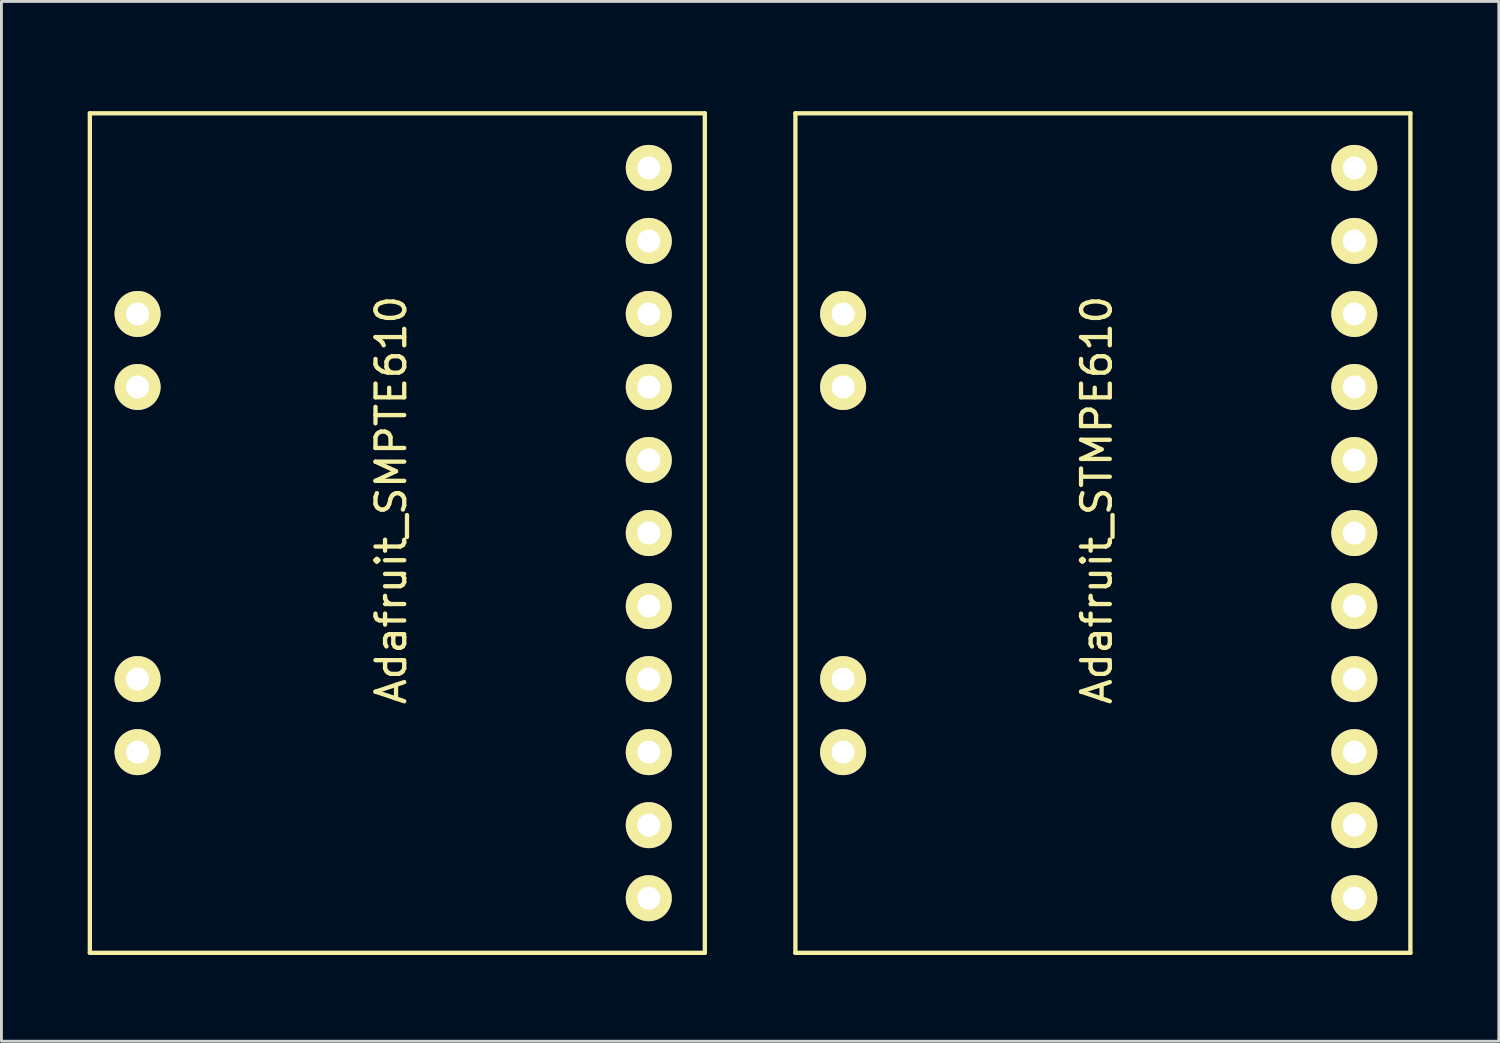
<source format=kicad_pcb>
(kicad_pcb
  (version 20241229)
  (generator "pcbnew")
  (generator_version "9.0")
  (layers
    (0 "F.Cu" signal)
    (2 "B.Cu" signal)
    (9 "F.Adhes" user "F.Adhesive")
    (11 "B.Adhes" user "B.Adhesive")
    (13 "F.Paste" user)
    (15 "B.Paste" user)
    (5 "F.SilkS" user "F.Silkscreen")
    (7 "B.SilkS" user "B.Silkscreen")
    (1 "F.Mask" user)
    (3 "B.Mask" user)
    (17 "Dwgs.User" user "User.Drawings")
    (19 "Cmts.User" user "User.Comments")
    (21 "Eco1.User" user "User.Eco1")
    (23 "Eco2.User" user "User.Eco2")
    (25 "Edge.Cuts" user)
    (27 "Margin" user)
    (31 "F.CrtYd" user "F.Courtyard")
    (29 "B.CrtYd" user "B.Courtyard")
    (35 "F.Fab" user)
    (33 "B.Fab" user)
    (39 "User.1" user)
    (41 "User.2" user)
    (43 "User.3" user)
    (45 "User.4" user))
  (footprint "Adafruit_STMPE610"
    (layer "F.Cu")
    (at 26.275 0.25)
    (property "Reference" "Adafruit_STMPE610" (at 8.82 14.09 90) (layer "F.SilkS") (effects (font (size 1 1) (thickness 0.15))))
    (attr through_hole)
    (fp_line (start -1.66 0.64) (end 19.73 0.64) (stroke (width 0.15) (type solid)) (layer "F.SilkS"))
    (fp_line (start -1.66 29.84) (end -1.66 0.64) (stroke (width 0.15) (type solid)) (layer "F.SilkS"))
    (fp_line (start 19.73 0.64) (end 19.73 29.84) (stroke (width 0.15) (type solid)) (layer "F.SilkS"))
    (fp_line (start 19.73 29.84) (end -1.66 29.84) (stroke (width 0.15) (type solid)) (layer "F.SilkS"))
    (pad "1" thru_hole oval (at 0 7.62) (size 1.6 1.6) (drill 0.8) (layers "*.Cu" "*.Mask" "F.SilkS"))
    (pad "2" thru_hole oval (at 0 10.16) (size 1.6 1.6) (drill 0.8) (layers "*.Cu" "*.Mask" "F.SilkS"))
    (pad "3" thru_hole oval (at 0 20.32) (size 1.6 1.6) (drill 0.8) (layers "*.Cu" "*.Mask" "F.SilkS"))
    (pad "4" thru_hole oval (at 0 22.86) (size 1.6 1.6) (drill 0.8) (layers "*.Cu" "*.Mask" "F.SilkS"))
    (pad "5" thru_hole oval (at 17.78 27.94) (size 1.6 1.6) (drill 0.8) (layers "*.Cu" "*.Mask" "F.SilkS"))
    (pad "6" thru_hole oval (at 17.78 25.4) (size 1.6 1.6) (drill 0.8) (layers "*.Cu" "*.Mask" "F.SilkS"))
    (pad "7" thru_hole oval (at 17.78 22.86) (size 1.6 1.6) (drill 0.8) (layers "*.Cu" "*.Mask" "F.SilkS"))
    (pad "8" thru_hole oval (at 17.78 20.32) (size 1.6 1.6) (drill 0.8) (layers "*.Cu" "*.Mask" "F.SilkS"))
    (pad "9" thru_hole oval (at 17.78 17.78) (size 1.6 1.6) (drill 0.8) (layers "*.Cu" "*.Mask" "F.SilkS"))
    (pad "10" thru_hole oval (at 17.78 15.24) (size 1.6 1.6) (drill 0.8) (layers "*.Cu" "*.Mask" "F.SilkS"))
    (pad "11" thru_hole oval (at 17.78 12.7) (size 1.6 1.6) (drill 0.8) (layers "*.Cu" "*.Mask" "F.SilkS"))
    (pad "12" thru_hole oval (at 17.78 10.16) (size 1.6 1.6) (drill 0.8) (layers "*.Cu" "*.Mask" "F.SilkS"))
    (pad "13" thru_hole oval (at 17.78 7.62) (size 1.6 1.6) (drill 0.8) (layers "*.Cu" "*.Mask" "F.SilkS"))
    (pad "14" thru_hole oval (at 17.78 5.08) (size 1.6 1.6) (drill 0.8) (layers "*.Cu" "*.Mask" "F.SilkS"))
    (pad "15" thru_hole oval (at 17.78 2.54) (size 1.6 1.6) (drill 0.8) (layers "*.Cu" "*.Mask" "F.SilkS")))
  (footprint "Adafruit_SMPTE610"
    (layer "F.Cu")
    (at 1.735 0.25)
    (property "Reference" "Adafruit_SMPTE610" (at 8.82 14.09 90) (layer "F.SilkS") (effects (font (size 1 1) (thickness 0.15))))
    (attr through_hole)
    (fp_line (start -1.66 0.64) (end 19.73 0.64) (stroke (width 0.15) (type solid)) (layer "F.SilkS"))
    (fp_line (start -1.66 29.84) (end -1.66 0.64) (stroke (width 0.15) (type solid)) (layer "F.SilkS"))
    (fp_line (start 19.73 0.64) (end 19.73 29.84) (stroke (width 0.15) (type solid)) (layer "F.SilkS"))
    (fp_line (start 19.73 29.84) (end -1.66 29.84) (stroke (width 0.15) (type solid)) (layer "F.SilkS"))
    (pad "1" thru_hole oval (at 0 7.62) (size 1.6 1.6) (drill 0.8) (layers "*.Cu" "*.Mask" "F.SilkS"))
    (pad "2" thru_hole oval (at 0 10.16) (size 1.6 1.6) (drill 0.8) (layers "*.Cu" "*.Mask" "F.SilkS"))
    (pad "3" thru_hole oval (at 0 20.32) (size 1.6 1.6) (drill 0.8) (layers "*.Cu" "*.Mask" "F.SilkS"))
    (pad "4" thru_hole oval (at 0 22.86) (size 1.6 1.6) (drill 0.8) (layers "*.Cu" "*.Mask" "F.SilkS"))
    (pad "5" thru_hole oval (at 17.78 27.94) (size 1.6 1.6) (drill 0.8) (layers "*.Cu" "*.Mask" "F.SilkS"))
    (pad "6" thru_hole oval (at 17.78 25.4) (size 1.6 1.6) (drill 0.8) (layers "*.Cu" "*.Mask" "F.SilkS"))
    (pad "7" thru_hole oval (at 17.78 22.86) (size 1.6 1.6) (drill 0.8) (layers "*.Cu" "*.Mask" "F.SilkS"))
    (pad "8" thru_hole oval (at 17.78 20.32) (size 1.6 1.6) (drill 0.8) (layers "*.Cu" "*.Mask" "F.SilkS"))
    (pad "9" thru_hole oval (at 17.78 17.78) (size 1.6 1.6) (drill 0.8) (layers "*.Cu" "*.Mask" "F.SilkS"))
    (pad "10" thru_hole oval (at 17.78 15.24) (size 1.6 1.6) (drill 0.8) (layers "*.Cu" "*.Mask" "F.SilkS"))
    (pad "11" thru_hole oval (at 17.78 12.7) (size 1.6 1.6) (drill 0.8) (layers "*.Cu" "*.Mask" "F.SilkS"))
    (pad "12" thru_hole oval (at 17.78 10.16) (size 1.6 1.6) (drill 0.8) (layers "*.Cu" "*.Mask" "F.SilkS"))
    (pad "13" thru_hole oval (at 17.78 7.62) (size 1.6 1.6) (drill 0.8) (layers "*.Cu" "*.Mask" "F.SilkS"))
    (pad "14" thru_hole oval (at 17.78 5.08) (size 1.6 1.6) (drill 0.8) (layers "*.Cu" "*.Mask" "F.SilkS"))
    (pad "15" thru_hole oval (at 17.78 2.54) (size 1.6 1.6) (drill 0.8) (layers "*.Cu" "*.Mask" "F.SilkS")))
  (gr_rect
    (start -3 -3)
    (end 49.08 33.165)
    (stroke (width 0.1) (type default))
    (fill no)
    (layer "Edge.Cuts")))
</source>
